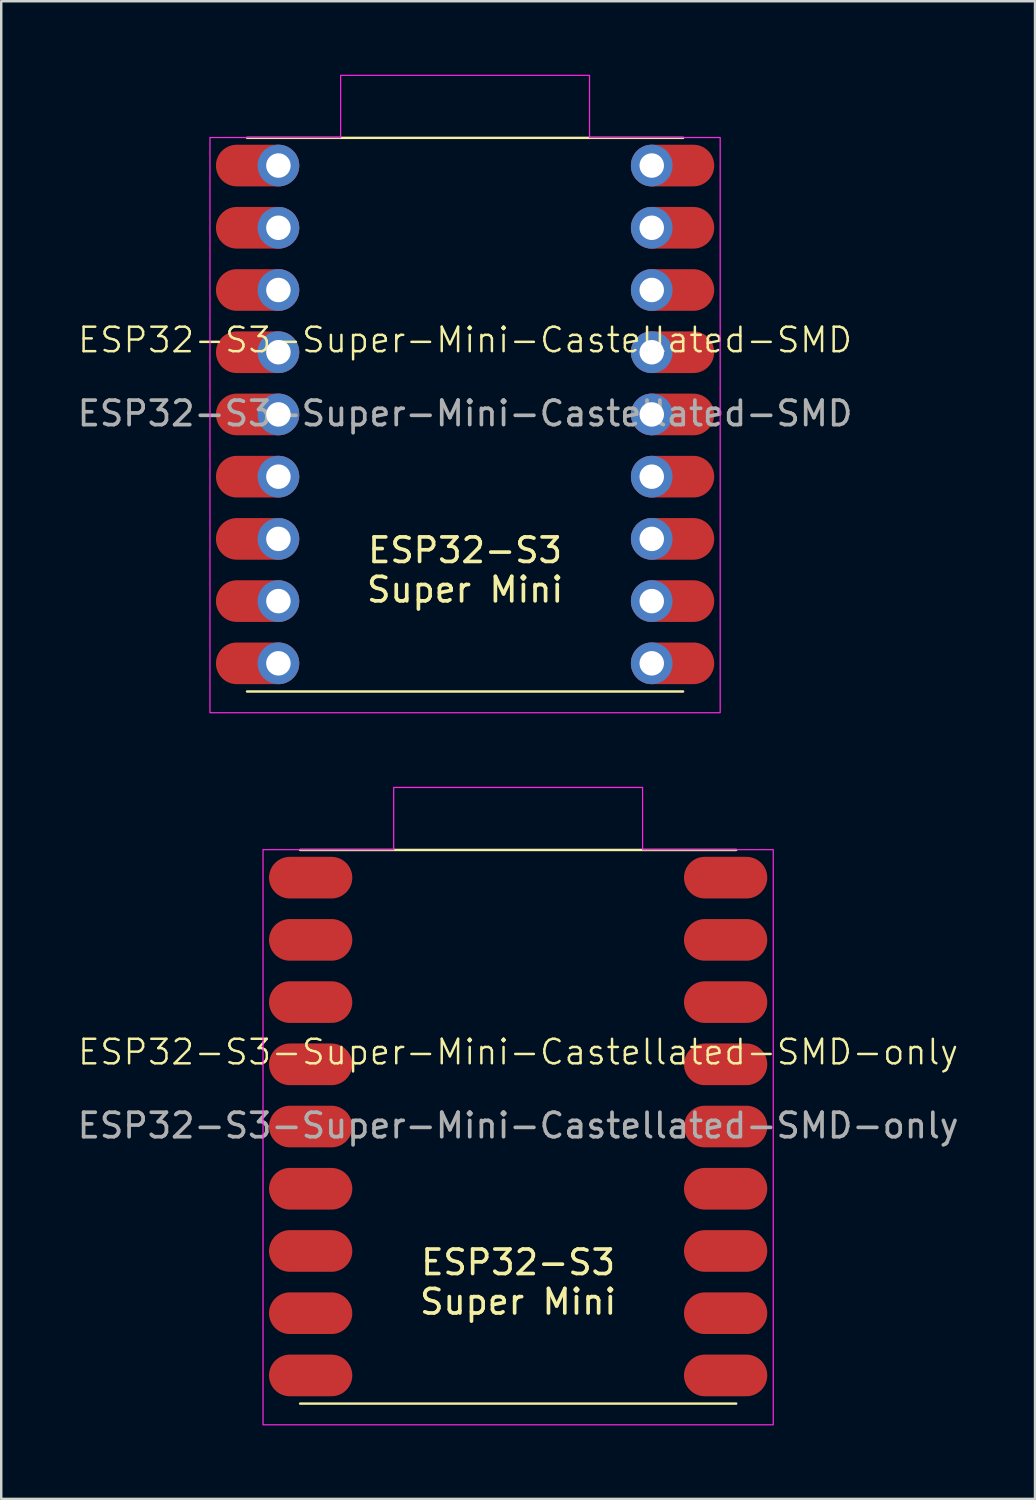
<source format=kicad_pcb>
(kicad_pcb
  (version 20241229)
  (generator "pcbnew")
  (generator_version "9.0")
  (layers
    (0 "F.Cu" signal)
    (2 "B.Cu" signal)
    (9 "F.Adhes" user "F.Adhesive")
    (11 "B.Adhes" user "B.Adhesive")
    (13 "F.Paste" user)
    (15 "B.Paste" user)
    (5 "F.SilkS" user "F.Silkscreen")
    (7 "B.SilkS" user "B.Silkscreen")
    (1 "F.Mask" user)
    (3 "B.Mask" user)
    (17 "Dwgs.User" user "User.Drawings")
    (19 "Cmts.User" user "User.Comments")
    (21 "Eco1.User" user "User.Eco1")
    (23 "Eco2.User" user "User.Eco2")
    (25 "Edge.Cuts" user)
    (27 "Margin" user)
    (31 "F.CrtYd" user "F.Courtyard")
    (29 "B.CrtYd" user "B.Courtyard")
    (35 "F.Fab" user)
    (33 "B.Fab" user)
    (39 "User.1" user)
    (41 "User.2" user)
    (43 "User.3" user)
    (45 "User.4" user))
  (footprint "ESP32-S3-Super-Mini-Castellated-SMD"
    (layer "F.Cu")
    (at 15.935 11.328)
    (property "Reference" "ESP32-S3-Super-Mini-Castellated-SMD" (at 0 -0.5 0) (unlocked yes) (layer "F.SilkS") (effects (font (size 1 1) (thickness 0.1))))
    (attr smd)
    (fp_line (start -8.9 -8.75) (end 8.9 -8.75) (stroke (width 0.1) (type default)) (layer "F.SilkS"))
    (fp_line (start -8.9 13.85) (end 8.9 13.85) (stroke (width 0.1) (type default)) (layer "F.SilkS"))
    (fp_poly (pts (xy -10.414 -8.763) (xy -5.08 -8.763) (xy -5.08 -11.303) (xy 5.08 -11.303) (xy 5.08 -8.763) (xy 10.414 -8.763) (xy 10.414 14.716) (xy -10.414 14.716)) (stroke (width 0.05) (type solid)) (fill no) (layer "F.CrtYd"))
    (fp_text user "${REFERENCE}" (at 0 2.5 0) (unlocked yes) (layer "F.Fab") (effects (font (size 1 1) (thickness 0.15))))
    (fp_text_box "ESP32-S3\nSuper Mini" (start -4.875 6.75) (end 4.875 9.75) (margins 0.75 0.75 0.75 0.75) (layer "F.SilkS") (effects (font (size 1 1) (thickness 0.15)) (justify top)) (border no) (stroke (width 0) (type solid)))
    (pad "1" thru_hole oval (at -7.62 -2.54) (size 1.7 1.7) (drill 1) (layers "*.Cu" "*.Mask"))
    (pad "1" smd oval (at -7.62 -2.54) (size 3.4 1.7) (drill (offset -0.85 0)) (layers "F.Cu" "F.Mask"))
    (pad "2" thru_hole oval (at -7.62 0) (size 1.7 1.7) (drill 1) (layers "*.Cu" "*.Mask"))
    (pad "2" smd oval (at -7.62 0) (size 3.4 1.7) (drill (offset -0.85 0)) (layers "F.Cu" "F.Mask"))
    (pad "3" thru_hole oval (at -7.62 2.54) (size 1.7 1.7) (drill 1) (layers "*.Cu" "*.Mask"))
    (pad "3" smd oval (at -7.62 2.54) (size 3.4 1.7) (drill (offset -0.85 0)) (layers "F.Cu" "F.Mask"))
    (pad "3V3" thru_hole oval (at 7.62 -2.54) (size 1.7 1.7) (drill 1) (layers "*.Cu" "*.Mask"))
    (pad "3V3" smd oval (at 7.62 -2.54) (size 3.4 1.7) (drill (offset 0.85 0)) (layers "F.Cu" "F.Mask"))
    (pad "4" thru_hole oval (at -7.62 5.08) (size 1.7 1.7) (drill 1) (layers "*.Cu" "*.Mask"))
    (pad "4" smd oval (at -7.62 5.08) (size 3.4 1.7) (drill (offset -0.85 0)) (layers "F.Cu" "F.Mask"))
    (pad "5" thru_hole oval (at -7.62 7.62) (size 1.7 1.7) (drill 1) (layers "*.Cu" "*.Mask"))
    (pad "5" smd oval (at -7.62 7.62) (size 3.4 1.7) (drill (offset -0.85 0)) (layers "F.Cu" "F.Mask"))
    (pad "5V" thru_hole oval (at 7.62 -7.62) (size 1.7 1.7) (drill 1) (layers "*.Cu" "*.Mask"))
    (pad "5V" smd oval (at 7.62 -7.62) (size 3.4 1.7) (drill (offset 0.85 0)) (layers "F.Cu" "F.Mask"))
    (pad "6" thru_hole oval (at -7.62 10.16) (size 1.7 1.7) (drill 1) (layers "*.Cu" "*.Mask"))
    (pad "6" smd oval (at -7.62 10.16) (size 3.4 1.7) (drill (offset -0.85 0)) (layers "F.Cu" "F.Mask"))
    (pad "7" thru_hole oval (at -7.62 12.7) (size 1.7 1.7) (drill 1) (layers "*.Cu" "*.Mask"))
    (pad "7" smd oval (at -7.62 12.7) (size 3.4 1.7) (drill (offset -0.85 0)) (layers "F.Cu" "F.Mask"))
    (pad "8" thru_hole oval (at 7.62 12.7) (size 1.7 1.7) (drill 1) (layers "*.Cu" "*.Mask"))
    (pad "8" smd oval (at 7.62 12.7) (size 3.4 1.7) (drill (offset 0.85 0)) (layers "F.Cu" "F.Mask"))
    (pad "9" thru_hole oval (at 7.62 10.16) (size 1.7 1.7) (drill 1) (layers "*.Cu" "*.Mask"))
    (pad "9" smd oval (at 7.62 10.16) (size 3.4 1.7) (drill (offset 0.85 0)) (layers "F.Cu" "F.Mask"))
    (pad "10" thru_hole oval (at 7.62 7.62) (size 1.7 1.7) (drill 1) (layers "*.Cu" "*.Mask"))
    (pad "10" smd oval (at 7.62 7.62) (size 3.4 1.7) (drill (offset 0.85 0)) (layers "F.Cu" "F.Mask"))
    (pad "11" thru_hole oval (at 7.62 5.08) (size 1.7 1.7) (drill 1) (layers "*.Cu" "*.Mask"))
    (pad "11" smd oval (at 7.62 5.08) (size 3.4 1.7) (drill (offset 0.85 0)) (layers "F.Cu" "F.Mask"))
    (pad "12" thru_hole oval (at 7.62 2.54) (size 1.7 1.7) (drill 1) (layers "*.Cu" "*.Mask"))
    (pad "12" smd oval (at 7.62 2.54) (size 3.4 1.7) (drill (offset 0.85 0)) (layers "F.Cu" "F.Mask"))
    (pad "13" thru_hole oval (at 7.62 0) (size 1.7 1.7) (drill 1) (layers "*.Cu" "*.Mask"))
    (pad "13" smd oval (at 7.62 0) (size 3.4 1.7) (drill (offset 0.85 0)) (layers "F.Cu" "F.Mask"))
    (pad "G" thru_hole oval (at 7.62 -5.08) (size 1.7 1.7) (drill 1) (layers "*.Cu" "*.Mask"))
    (pad "G" smd oval (at 7.62 -5.08) (size 3.4 1.7) (drill (offset 0.85 0)) (layers "F.Cu" "F.Mask"))
    (pad "RX" thru_hole oval (at -7.62 -5.08) (size 1.7 1.7) (drill 1) (layers "*.Cu" "*.Mask"))
    (pad "RX" smd oval (at -7.62 -5.08) (size 3.4 1.7) (drill (offset -0.85 0)) (layers "F.Cu" "F.Mask"))
    (pad "TX" thru_hole oval (at -7.62 -7.62) (size 1.7 1.7) (drill 1) (layers "*.Cu" "*.Mask"))
    (pad "TX" smd oval (at -7.62 -7.62) (size 3.4 1.7) (drill (offset -0.85 0)) (layers "F.Cu" "F.Mask"))
    (zone (net_name "") (layers "F.Cu" "F.SilkS" "F.CrtYd") (hatch full 0.5) (connect_pads) (min_thickness 0.25) (filled_areas_thickness no) (keepout (tracks allowed) (vias not_allowed) (pads not_allowed) (copperpour allowed) (footprints not_allowed)) (placement (enabled no)) (fill) (polygon (pts (xy 9.685 2.578) (xy 12.185 2.578) (xy 12.185 5.078) (xy 9.685 5.078))))
    (zone (net_name "") (layers "F.Cu" "F.SilkS" "F.CrtYd") (hatch full 0.5) (connect_pads) (min_thickness 0.25) (filled_areas_thickness no) (keepout (tracks allowed) (vias not_allowed) (pads not_allowed) (copperpour allowed) (footprints not_allowed)) (placement (enabled no)) (fill) (polygon (pts (xy 12.185 8.828) (xy 9.685 8.828) (xy 9.685 6.078) (xy 12.185 6.078))))
    (zone (net_name "") (layers "F.Cu" "F.SilkS" "F.CrtYd") (hatch full 0.5) (connect_pads) (min_thickness 0.25) (filled_areas_thickness no) (keepout (tracks allowed) (vias not_allowed) (pads not_allowed) (copperpour allowed) (footprints not_allowed)) (placement (enabled no)) (fill) (polygon (pts (xy 19.685 2.578) (xy 22.185 2.578) (xy 22.185 5.078) (xy 19.685 5.078))))
    (zone (net_name "") (layers "F.Cu" "F.SilkS" "F.CrtYd") (hatch full 0.5) (connect_pads) (min_thickness 0.25) (filled_areas_thickness no) (keepout (tracks allowed) (vias not_allowed) (pads not_allowed) (copperpour allowed) (footprints not_allowed)) (placement (enabled no)) (fill) (polygon (pts (xy 22.185 8.828) (xy 19.685 8.828) (xy 19.685 6.078) (xy 22.185 6.078)))))
  (footprint "ESP32-S3-Super-Mini-Castellated-SMD-only"
    (layer "F.Cu")
    (at 18.101 40.397)
    (property "Reference" "ESP32-S3-Super-Mini-Castellated-SMD-only" (at 0 -0.5 0) (unlocked yes) (layer "F.SilkS") (effects (font (size 1 1) (thickness 0.1))))
    (attr smd)
    (fp_line (start -8.9 -8.75) (end 8.9 -8.75) (stroke (width 0.1) (type default)) (layer "F.SilkS"))
    (fp_line (start -8.9 13.85) (end 8.9 13.85) (stroke (width 0.1) (type default)) (layer "F.SilkS"))
    (fp_poly (pts (xy -10.414 -8.763) (xy -5.08 -8.763) (xy -5.08 -11.303) (xy 5.08 -11.303) (xy 5.08 -8.763) (xy 10.414 -8.763) (xy 10.414 14.716) (xy -10.414 14.716)) (stroke (width 0.05) (type solid)) (fill no) (layer "F.CrtYd"))
    (fp_text user "${REFERENCE}" (at 0 2.5 0) (unlocked yes) (layer "F.Fab") (effects (font (size 1 1) (thickness 0.15))))
    (fp_text_box "ESP32-S3\nSuper Mini" (start -4.875 6.75) (end 4.875 9.75) (margins 0.75 0.75 0.75 0.75) (layer "F.SilkS") (effects (font (size 1 1) (thickness 0.15)) (justify top)) (border no) (stroke (width 0) (type solid)))
    (pad "1" smd oval (at -7.62 -2.54 180) (size 3.4 1.7) (drill (offset 0.85 0)) (layers "F.Cu" "F.Mask"))
    (pad "2" smd oval (at -7.62 0 180) (size 3.4 1.7) (drill (offset 0.85 0)) (layers "F.Cu" "F.Mask"))
    (pad "3" smd oval (at -7.62 2.54 180) (size 3.4 1.7) (drill (offset 0.85 0)) (layers "F.Cu" "F.Mask"))
    (pad "3V3" smd oval (at 7.62 -2.54 180) (size 3.4 1.7) (drill (offset -0.85 0)) (layers "F.Cu" "F.Mask"))
    (pad "4" smd oval (at -7.62 5.08 180) (size 3.4 1.7) (drill (offset 0.85 0)) (layers "F.Cu" "F.Mask"))
    (pad "5" smd oval (at -7.62 7.62 180) (size 3.4 1.7) (drill (offset 0.85 0)) (layers "F.Cu" "F.Mask"))
    (pad "5V" smd oval (at 7.62 -7.62 180) (size 3.4 1.7) (drill (offset -0.85 0)) (layers "F.Cu" "F.Mask"))
    (pad "6" smd oval (at -7.62 10.16 180) (size 3.4 1.7) (drill (offset 0.85 0)) (layers "F.Cu" "F.Mask"))
    (pad "7" smd oval (at -7.62 12.7 180) (size 3.4 1.7) (drill (offset 0.85 0)) (layers "F.Cu" "F.Mask"))
    (pad "8" smd oval (at 7.62 12.7 180) (size 3.4 1.7) (drill (offset -0.85 0)) (layers "F.Cu" "F.Mask"))
    (pad "9" smd oval (at 7.62 10.16 180) (size 3.4 1.7) (drill (offset -0.85 0)) (layers "F.Cu" "F.Mask"))
    (pad "10" smd oval (at 7.62 7.62 180) (size 3.4 1.7) (drill (offset -0.85 0)) (layers "F.Cu" "F.Mask"))
    (pad "11" smd oval (at 7.62 5.08 180) (size 3.4 1.7) (drill (offset -0.85 0)) (layers "F.Cu" "F.Mask"))
    (pad "12" smd oval (at 7.62 2.54 180) (size 3.4 1.7) (drill (offset -0.85 0)) (layers "F.Cu" "F.Mask"))
    (pad "13" smd oval (at 7.62 0 180) (size 3.4 1.7) (drill (offset -0.85 0)) (layers "F.Cu" "F.Mask"))
    (pad "G" smd oval (at 7.62 -5.08 180) (size 3.4 1.7) (drill (offset -0.85 0)) (layers "F.Cu" "F.Mask"))
    (pad "RX" smd oval (at -7.62 -5.08 180) (size 3.4 1.7) (drill (offset 0.85 0)) (layers "F.Cu" "F.Mask"))
    (pad "TX" smd oval (at -7.62 -7.62 180) (size 3.4 1.7) (drill (offset 0.85 0)) (layers "F.Cu" "F.Mask"))
    (zone (net_name "") (layers "F.Cu" "F.SilkS" "F.CrtYd") (hatch full 0.5) (connect_pads) (min_thickness 0.25) (filled_areas_thickness no) (keepout (tracks allowed) (vias not_allowed) (pads not_allowed) (copperpour allowed) (footprints not_allowed)) (placement (enabled no)) (fill) (polygon (pts (xy 11.851 31.647) (xy 14.351 31.647) (xy 14.351 34.147) (xy 11.851 34.147))))
    (zone (net_name "") (layers "F.Cu" "F.SilkS" "F.CrtYd") (hatch full 0.5) (connect_pads) (min_thickness 0.25) (filled_areas_thickness no) (keepout (tracks allowed) (vias not_allowed) (pads not_allowed) (copperpour allowed) (footprints not_allowed)) (placement (enabled no)) (fill) (polygon (pts (xy 14.351 37.897) (xy 11.851 37.897) (xy 11.851 35.147) (xy 14.351 35.147))))
    (zone (net_name "") (layers "F.Cu" "F.SilkS" "F.CrtYd") (hatch full 0.5) (connect_pads) (min_thickness 0.25) (filled_areas_thickness no) (keepout (tracks allowed) (vias not_allowed) (pads not_allowed) (copperpour allowed) (footprints not_allowed)) (placement (enabled no)) (fill) (polygon (pts (xy 21.851 31.647) (xy 24.351 31.647) (xy 24.351 34.147) (xy 21.851 34.147))))
    (zone (net_name "") (layers "F.Cu" "F.SilkS" "F.CrtYd") (hatch full 0.5) (connect_pads) (min_thickness 0.25) (filled_areas_thickness no) (keepout (tracks allowed) (vias not_allowed) (pads not_allowed) (copperpour allowed) (footprints not_allowed)) (placement (enabled no)) (fill) (polygon (pts (xy 24.351 37.897) (xy 21.851 37.897) (xy 21.851 35.147) (xy 24.351 35.147)))))
  (gr_rect
    (start -3 -3)
    (end 39.202 58.138)
    (stroke (width 0.1) (type default))
    (fill no)
    (layer "Edge.Cuts")))
</source>
